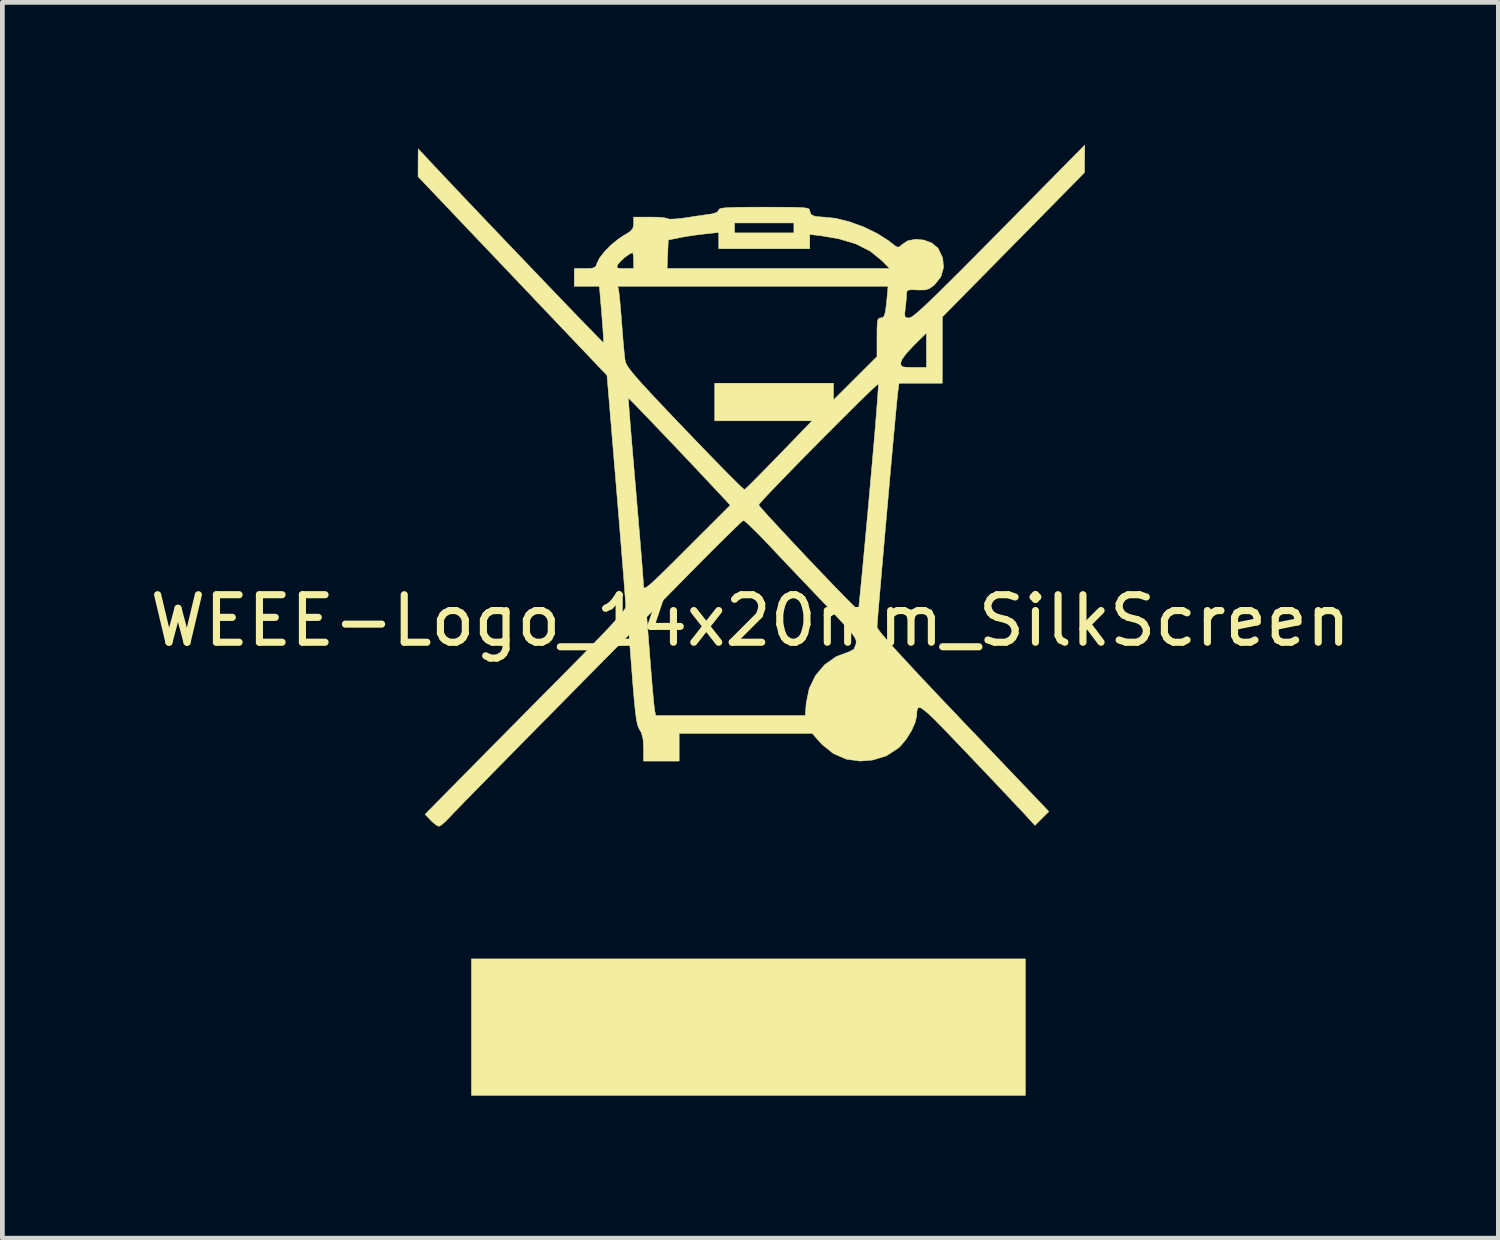
<source format=kicad_pcb>
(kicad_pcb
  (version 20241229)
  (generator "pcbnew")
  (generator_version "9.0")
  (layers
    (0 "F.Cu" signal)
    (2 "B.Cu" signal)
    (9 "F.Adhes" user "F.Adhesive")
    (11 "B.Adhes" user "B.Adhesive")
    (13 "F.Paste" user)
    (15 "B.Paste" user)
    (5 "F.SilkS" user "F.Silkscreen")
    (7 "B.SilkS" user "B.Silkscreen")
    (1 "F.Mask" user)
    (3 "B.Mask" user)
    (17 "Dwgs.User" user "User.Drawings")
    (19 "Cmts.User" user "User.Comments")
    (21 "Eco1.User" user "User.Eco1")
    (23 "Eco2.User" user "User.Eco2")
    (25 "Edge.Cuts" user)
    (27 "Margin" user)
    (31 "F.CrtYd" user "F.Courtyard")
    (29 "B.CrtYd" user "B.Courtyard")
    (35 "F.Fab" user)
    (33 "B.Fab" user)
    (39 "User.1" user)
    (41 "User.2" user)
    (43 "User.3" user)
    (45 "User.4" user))
  (footprint "WEEE-Logo_14x20mm_SilkScreen"
    (layer "F.Cu")
    (at 12.744 10.013)
    (property "Reference" "WEEE-Logo_14x20mm_SilkScreen" (at 0 0 0) (layer "F.SilkS") (effects (font (size 1 1) (thickness 0.15))))
    (attr exclude_from_pos_files exclude_from_bom allow_missing_courtyard)
    (fp_poly (pts (xy 5.788 9.993) (xy -5.871 9.993) (xy -5.871 7.12) (xy 5.788 7.12) (xy 5.788 9.993)) (stroke (width 0.01) (type solid)) (fill yes) (layer "F.SilkS"))
    (fp_poly (pts (xy 7.035 -9.72) (xy 7.033 -9.431) (xy 4.041 -6.392) (xy 4.04 -5.694) (xy 4.039 -4.997) (xy 3.128 -4.997) (xy 3.105 -4.82) (xy 3.096 -4.739) (xy 3.081 -4.587) (xy 3.06 -4.373) (xy 3.036 -4.106) (xy 3.007 -3.795) (xy 2.976 -3.448) (xy 2.942 -3.076) (xy 2.908 -2.687) (xy 2.873 -2.29) (xy 2.838 -1.895) (xy 2.804 -1.51) (xy 2.772 -1.144) (xy 2.743 -0.806) (xy 2.717 -0.506) (xy 2.696 -0.253) (xy 2.68 -0.055) (xy 2.67 0.078) (xy 2.666 0.138) (xy 2.666 0.138) (xy 2.692 0.186) (xy 2.768 0.284) (xy 2.897 0.434) (xy 3.079 0.638) (xy 3.316 0.895) (xy 3.607 1.208) (xy 3.955 1.577) (xy 4.361 2.004) (xy 4.475 2.124) (xy 6.282 4.018) (xy 6.136 4.164) (xy 5.99 4.31) (xy 5.754 4.052) (xy 5.667 3.959) (xy 5.532 3.816) (xy 5.357 3.631) (xy 5.152 3.413) (xy 4.924 3.174) (xy 4.684 2.921) (xy 4.54 2.77) (xy 4.27 2.487) (xy 4.052 2.261) (xy 3.88 2.086) (xy 3.748 1.96) (xy 3.652 1.878) (xy 3.585 1.835) (xy 3.542 1.828) (xy 3.517 1.853) (xy 3.506 1.905) (xy 3.501 1.98) (xy 3.501 2.001) (xy 3.469 2.143) (xy 3.393 2.314) (xy 3.285 2.488) (xy 3.163 2.637) (xy 3.114 2.683) (xy 2.864 2.845) (xy 2.571 2.935) (xy 2.312 2.956) (xy 2.018 2.916) (xy 1.747 2.798) (xy 1.507 2.605) (xy 1.463 2.557) (xy 1.301 2.373) (xy -1.499 2.373) (xy -1.499 2.956) (xy -2.249 2.956) (xy -2.249 2.684) (xy -2.258 2.498) (xy -2.29 2.369) (xy -2.328 2.299) (xy -2.355 2.249) (xy -2.379 2.176) (xy -2.4 2.07) (xy -2.42 1.919) (xy -2.441 1.714) (xy -2.465 1.443) (xy -2.481 1.241) (xy -2.554 0.296) (xy -4.35 2.115) (xy -4.675 2.445) (xy -4.986 2.761) (xy -5.279 3.059) (xy -5.548 3.333) (xy -5.787 3.576) (xy -5.99 3.784) (xy -6.151 3.95) (xy -6.265 4.068) (xy -6.326 4.133) (xy -6.427 4.235) (xy -6.511 4.307) (xy -6.556 4.33) (xy -6.613 4.303) (xy -6.697 4.233) (xy -6.726 4.204) (xy -6.847 4.078) (xy -6.182 3.403) (xy -6.012 3.231) (xy -5.794 3.01) (xy -5.536 2.748) (xy -5.247 2.457) (xy -4.939 2.146) (xy -4.62 1.823) (xy -4.3 1.5) (xy -4.07 1.269) (xy -3.721 0.916) (xy -3.428 0.617) (xy -3.187 0.368) (xy -2.994 0.166) (xy -2.845 0.005) (xy -2.772 -0.079) (xy -2.181 -0.079) (xy -2.107 0.866) (xy -2.085 1.143) (xy -2.064 1.397) (xy -2.044 1.613) (xy -2.028 1.779) (xy -2.015 1.882) (xy -2.012 1.905) (xy -1.99 1.999) (xy 1.155 1.999) (xy 1.175 1.737) (xy 1.239 1.428) (xy 1.371 1.155) (xy 1.565 0.927) (xy 1.811 0.755) (xy 2.087 0.652) (xy 2.177 0.603) (xy 2.221 0.499) (xy 2.222 0.495) (xy 2.228 0.451) (xy 2.221 0.406) (xy 2.196 0.352) (xy 2.146 0.28) (xy 2.064 0.181) (xy 1.944 0.049) (xy 1.78 -0.127) (xy 1.565 -0.353) (xy 1.551 -0.368) (xy 1.32 -0.611) (xy 1.074 -0.869) (xy 0.83 -1.126) (xy 0.605 -1.363) (xy 0.417 -1.563) (xy 0.375 -1.607) (xy 0.214 -1.776) (xy 0.071 -1.919) (xy -0.044 -2.029) (xy -0.121 -2.095) (xy -0.146 -2.109) (xy -0.185 -2.079) (xy -0.274 -1.996) (xy -0.407 -1.867) (xy -0.578 -1.7) (xy -0.779 -1.5) (xy -1.002 -1.276) (xy -1.185 -1.091) (xy -2.181 -0.079) (xy -2.772 -0.079) (xy -2.738 -0.118) (xy -2.667 -0.207) (xy -2.63 -0.266) (xy -2.622 -0.293) (xy -2.625 -0.352) (xy -2.635 -0.487) (xy -2.65 -0.689) (xy -2.67 -0.951) (xy -2.695 -1.265) (xy -2.724 -1.623) (xy -2.756 -2.018) (xy -2.791 -2.441) (xy -2.819 -2.78) (xy -2.978 -4.687) (xy -2.569 -4.687) (xy -2.567 -4.646) (xy -2.559 -4.53) (xy -2.545 -4.347) (xy -2.526 -4.106) (xy -2.502 -3.815) (xy -2.474 -3.483) (xy -2.443 -3.116) (xy -2.413 -2.768) (xy -2.38 -2.373) (xy -2.348 -2) (xy -2.32 -1.658) (xy -2.295 -1.356) (xy -2.275 -1.103) (xy -2.26 -0.908) (xy -2.251 -0.779) (xy -2.249 -0.729) (xy -2.245 -0.698) (xy -2.229 -0.686) (xy -2.196 -0.697) (xy -2.14 -0.738) (xy -2.054 -0.813) (xy -1.932 -0.927) (xy -1.769 -1.086) (xy -1.559 -1.294) (xy -1.336 -1.517) (xy -0.423 -2.429) (xy -0.429 -2.436) (xy 0.175 -2.436) (xy 0.202 -2.398) (xy 0.279 -2.31) (xy 0.398 -2.178) (xy 0.551 -2.012) (xy 0.73 -1.819) (xy 0.928 -1.608) (xy 1.136 -1.386) (xy 1.348 -1.162) (xy 1.556 -0.945) (xy 1.751 -0.741) (xy 1.926 -0.56) (xy 2.073 -0.41) (xy 2.186 -0.298) (xy 2.254 -0.232) (xy 2.273 -0.219) (xy 2.28 -0.262) (xy 2.292 -0.38) (xy 2.311 -0.567) (xy 2.335 -0.814) (xy 2.364 -1.115) (xy 2.396 -1.461) (xy 2.432 -1.846) (xy 2.47 -2.262) (xy 2.5 -2.597) (xy 2.539 -3.032) (xy 2.575 -3.442) (xy 2.608 -3.819) (xy 2.636 -4.156) (xy 2.659 -4.446) (xy 2.677 -4.68) (xy 2.689 -4.852) (xy 2.695 -4.955) (xy 2.694 -4.981) (xy 2.661 -4.958) (xy 2.578 -4.882) (xy 2.451 -4.76) (xy 2.288 -4.602) (xy 2.097 -4.412) (xy 1.883 -4.2) (xy 1.656 -3.972) (xy 1.422 -3.736) (xy 1.188 -3.499) (xy 0.962 -3.269) (xy 0.751 -3.052) (xy 0.562 -2.857) (xy 0.402 -2.69) (xy 0.28 -2.56) (xy 0.202 -2.472) (xy 0.175 -2.436) (xy -0.429 -2.436) (xy -0.763 -2.794) (xy -0.936 -2.979) (xy -1.131 -3.186) (xy -1.339 -3.406) (xy -1.553 -3.632) (xy -1.765 -3.855) (xy -1.968 -4.067) (xy -2.153 -4.261) (xy -2.313 -4.427) (xy -2.441 -4.559) (xy -2.528 -4.648) (xy -2.568 -4.686) (xy -2.569 -4.687) (xy -2.978 -4.687) (xy -3.018 -5.163) (xy -5.007 -7.255) (xy -6.995 -9.346) (xy -6.994 -9.639) (xy -6.992 -9.931) (xy -6.671 -9.588) (xy -6.491 -9.396) (xy -6.279 -9.172) (xy -6.04 -8.919) (xy -5.78 -8.645) (xy -5.505 -8.356) (xy -5.22 -8.057) (xy -4.931 -7.755) (xy -4.644 -7.455) (xy -4.365 -7.163) (xy -4.099 -6.886) (xy -3.853 -6.629) (xy -3.631 -6.399) (xy -3.439 -6.2) (xy -3.284 -6.041) (xy -3.171 -5.925) (xy -3.105 -5.86) (xy -3.091 -5.848) (xy -3.09 -5.891) (xy -3.095 -6.002) (xy -3.106 -6.166) (xy -3.122 -6.368) (xy -3.128 -6.448) (xy -3.178 -7.037) (xy -2.791 -7.037) (xy -2.771 -6.943) (xy -2.761 -6.869) (xy -2.747 -6.73) (xy -2.73 -6.543) (xy -2.713 -6.326) (xy -2.707 -6.246) (xy -2.689 -6.016) (xy -2.671 -5.802) (xy -2.654 -5.624) (xy -2.641 -5.504) (xy -2.638 -5.482) (xy -2.627 -5.437) (xy -2.603 -5.385) (xy -2.561 -5.319) (xy -2.496 -5.233) (xy -2.403 -5.122) (xy -2.277 -4.98) (xy -2.112 -4.801) (xy -1.904 -4.579) (xy -1.647 -4.308) (xy -1.385 -4.034) (xy -1.124 -3.762) (xy -0.881 -3.51) (xy -0.661 -3.284) (xy -0.471 -3.091) (xy -0.316 -2.936) (xy -0.203 -2.825) (xy -0.137 -2.766) (xy -0.123 -2.757) (xy -0.086 -2.789) (xy 0.000097 -2.873) (xy 0.127 -3) (xy 0.287 -3.162) (xy 0.471 -3.35) (xy 0.604 -3.487) (xy 1.299 -4.206) (xy -0.75 -4.206) (xy -0.75 -4.997) (xy 1.749 -4.997) (xy 1.749 -4.644) (xy 2.207 -5.101) (xy 2.532 -5.425) (xy 3.165 -5.425) (xy 3.171 -5.374) (xy 3.201 -5.345) (xy 3.275 -5.333) (xy 3.411 -5.33) (xy 3.435 -5.33) (xy 3.706 -5.33) (xy 3.706 -6.056) (xy 3.435 -5.788) (xy 3.283 -5.625) (xy 3.191 -5.5) (xy 3.165 -5.425) (xy 2.532 -5.425) (xy 2.665 -5.557) (xy 2.665 -5.964) (xy 2.666 -6.151) (xy 2.672 -6.27) (xy 2.685 -6.336) (xy 2.709 -6.365) (xy 2.746 -6.371) (xy 2.786 -6.38) (xy 2.816 -6.415) (xy 2.839 -6.489) (xy 2.858 -6.617) (xy 2.878 -6.81) (xy 2.884 -6.881) (xy 2.898 -7.037) (xy -2.791 -7.037) (xy -3.178 -7.037) (xy -3.706 -7.037) (xy -3.706 -7.412) (xy -3.481 -7.412) (xy -3.35 -7.415) (xy -3.279 -7.433) (xy -3.27 -7.443) (xy -2.81 -7.443) (xy -2.786 -7.419) (xy -2.702 -7.412) (xy -2.646 -7.412) (xy -2.457 -7.412) (xy -1.753 -7.412) (xy 2.932 -7.412) (xy 2.773 -7.574) (xy 2.527 -7.774) (xy 2.223 -7.929) (xy 1.854 -8.039) (xy 1.489 -8.101) (xy 1.249 -8.129) (xy 1.249 -7.828) (xy -0.666 -7.828) (xy -0.666 -8.17) (xy -0.947 -8.141) (xy -1.144 -8.117) (xy -1.353 -8.085) (xy -1.478 -8.063) (xy -1.728 -8.012) (xy -1.74 -7.712) (xy -1.753 -7.412) (xy -2.457 -7.412) (xy -2.457 -7.578) (xy -2.462 -7.683) (xy -2.476 -7.741) (xy -2.482 -7.745) (xy -2.543 -7.718) (xy -2.633 -7.653) (xy -2.724 -7.574) (xy -2.786 -7.502) (xy -2.791 -7.492) (xy -2.81 -7.443) (xy -3.27 -7.443) (xy -3.244 -7.474) (xy -3.23 -7.518) (xy -3.173 -7.634) (xy -3.064 -7.773) (xy -2.92 -7.917) (xy -2.762 -8.044) (xy -2.659 -8.11) (xy -2.54 -8.183) (xy -2.48 -8.244) (xy -2.458 -8.316) (xy -2.457 -8.359) (xy -2.457 -8.37) (xy -0.333 -8.37) (xy -0.333 -8.161) (xy 0.916 -8.161) (xy 0.916 -8.37) (xy -0.333 -8.37) (xy -2.457 -8.37) (xy -2.457 -8.494) (xy -2.106 -8.494) (xy -1.945 -8.491) (xy -1.819 -8.48) (xy -1.749 -8.465) (xy -1.742 -8.459) (xy -1.698 -8.45) (xy -1.59 -8.454) (xy -1.437 -8.469) (xy -1.332 -8.484) (xy -1.143 -8.513) (xy -0.97 -8.538) (xy -0.84 -8.557) (xy -0.802 -8.563) (xy -0.702 -8.594) (xy -0.666 -8.642) (xy -0.655 -8.662) (xy -0.617 -8.677) (xy -0.541 -8.688) (xy -0.418 -8.695) (xy -0.24 -8.7) (xy 0.004 -8.702) (xy 0.291 -8.703) (xy 0.598 -8.702) (xy 0.831 -8.701) (xy 1.001 -8.697) (xy 1.117 -8.691) (xy 1.19 -8.681) (xy 1.23 -8.667) (xy 1.246 -8.647) (xy 1.249 -8.624) (xy 1.275 -8.551) (xy 1.358 -8.509) (xy 1.51 -8.495) (xy 1.537 -8.494) (xy 1.795 -8.468) (xy 2.087 -8.395) (xy 2.388 -8.285) (xy 2.671 -8.148) (xy 2.91 -7.995) (xy 2.941 -7.97) (xy 3.042 -7.891) (xy 3.101 -7.86) (xy 3.143 -7.87) (xy 3.186 -7.912) (xy 3.312 -7.995) (xy 3.477 -8.027) (xy 3.654 -8.01) (xy 3.819 -7.948) (xy 3.945 -7.843) (xy 3.954 -7.831) (xy 4.048 -7.634) (xy 4.066 -7.431) (xy 4.009 -7.237) (xy 3.878 -7.07) (xy 3.862 -7.056) (xy 3.77 -6.99) (xy 3.676 -6.961) (xy 3.544 -6.959) (xy 3.511 -6.961) (xy 3.382 -6.965) (xy 3.316 -6.955) (xy 3.292 -6.922) (xy 3.289 -6.891) (xy 3.284 -6.803) (xy 3.272 -6.669) (xy 3.263 -6.589) (xy 3.249 -6.463) (xy 3.255 -6.398) (xy 3.286 -6.374) (xy 3.342 -6.371) (xy 3.376 -6.382) (xy 3.429 -6.416) (xy 3.507 -6.479) (xy 3.614 -6.573) (xy 3.752 -6.702) (xy 3.927 -6.871) (xy 4.142 -7.083) (xy 4.402 -7.341) (xy 4.71 -7.65) (xy 5.069 -8.014) (xy 5.243 -8.189) (xy 7.037 -10.008) (xy 7.035 -9.72)) (stroke (width 0.01) (type solid)) (fill yes) (layer "F.SilkS")))
  (gr_rect
    (start -3 -3)
    (end 28.488 23.011)
    (stroke (width 0.1) (type default))
    (fill no)
    (layer "Edge.Cuts")))
</source>
